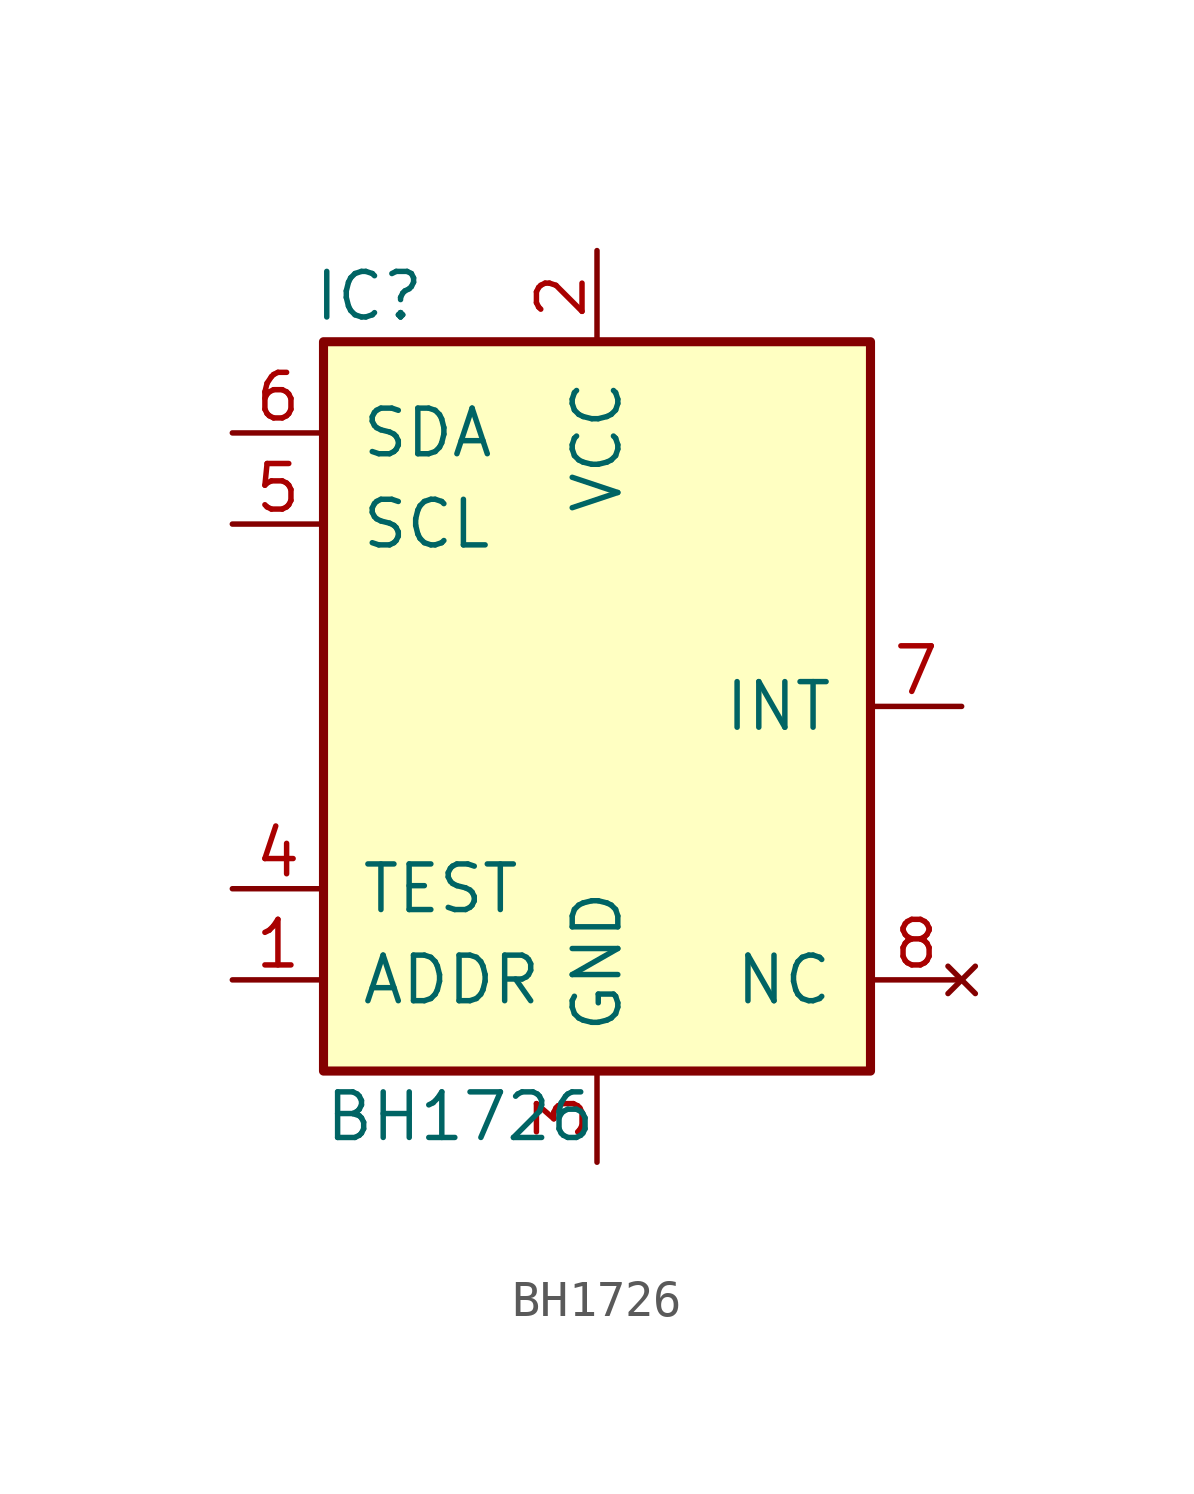
<source format=kicad_sym>
(kicad_symbol_lib
  (version 20211014)
  (generator kicad_symbol_editor)
  (symbol "BH1726"
    (pin_names
      (offset 1.016))
    (property "Reference" "IC"
      (at -6.35 11.43 0)
      (effects (font (size 1.27 1.27))))
    (property "Value" "BH1726"
      (at -3.81 -11.43 0)
      (effects (font (size 1.27 1.27))))
    (symbol "BH1726_1_1"
      (rectangle (start -7.62 10.16) (end 7.62 -10.16) (stroke (width 0.254) (type default) (color 0 0 0 0)) (fill (type background)))
      (pin input line (at -10.16 -7.62 0) (length 2.54) (name "ADDR" (effects (font (size 1.27 1.27)))) (number "1" (effects (font (size 1.27 1.27)))))
      (pin power_in line (at 0 12.7 270) (length 2.54) (name "VCC" (effects (font (size 1.27 1.27)))) (number "2" (effects (font (size 1.27 1.27)))))
      (pin bidirectional line (at 0 -12.7 90) (length 2.54) (name "GND" (effects (font (size 1.27 1.27)))) (number "3" (effects (font (size 1.27 1.27)))))
      (pin input line (at -10.16 -5.08 0) (length 2.54) (name "TEST" (effects (font (size 1.27 1.27)))) (number "4" (effects (font (size 1.27 1.27)))))
      (pin input line (at -10.16 5.08 0) (length 2.54) (name "SCL" (effects (font (size 1.27 1.27)))) (number "5" (effects (font (size 1.27 1.27)))))
      (pin bidirectional line (at -10.16 7.62 0) (length 2.54) (name "SDA" (effects (font (size 1.27 1.27)))) (number "6" (effects (font (size 1.27 1.27)))))
      (pin output line (at 10.16 0 180) (length 2.54) (name "INT" (effects (font (size 1.27 1.27)))) (number "7" (effects (font (size 1.27 1.27)))))
      (pin no_connect line (at 10.16 -7.62 180) (length 2.54) (name "NC" (effects (font (size 1.27 1.27)))) (number "8" (effects (font (size 1.27 1.27))))))))
</source>
